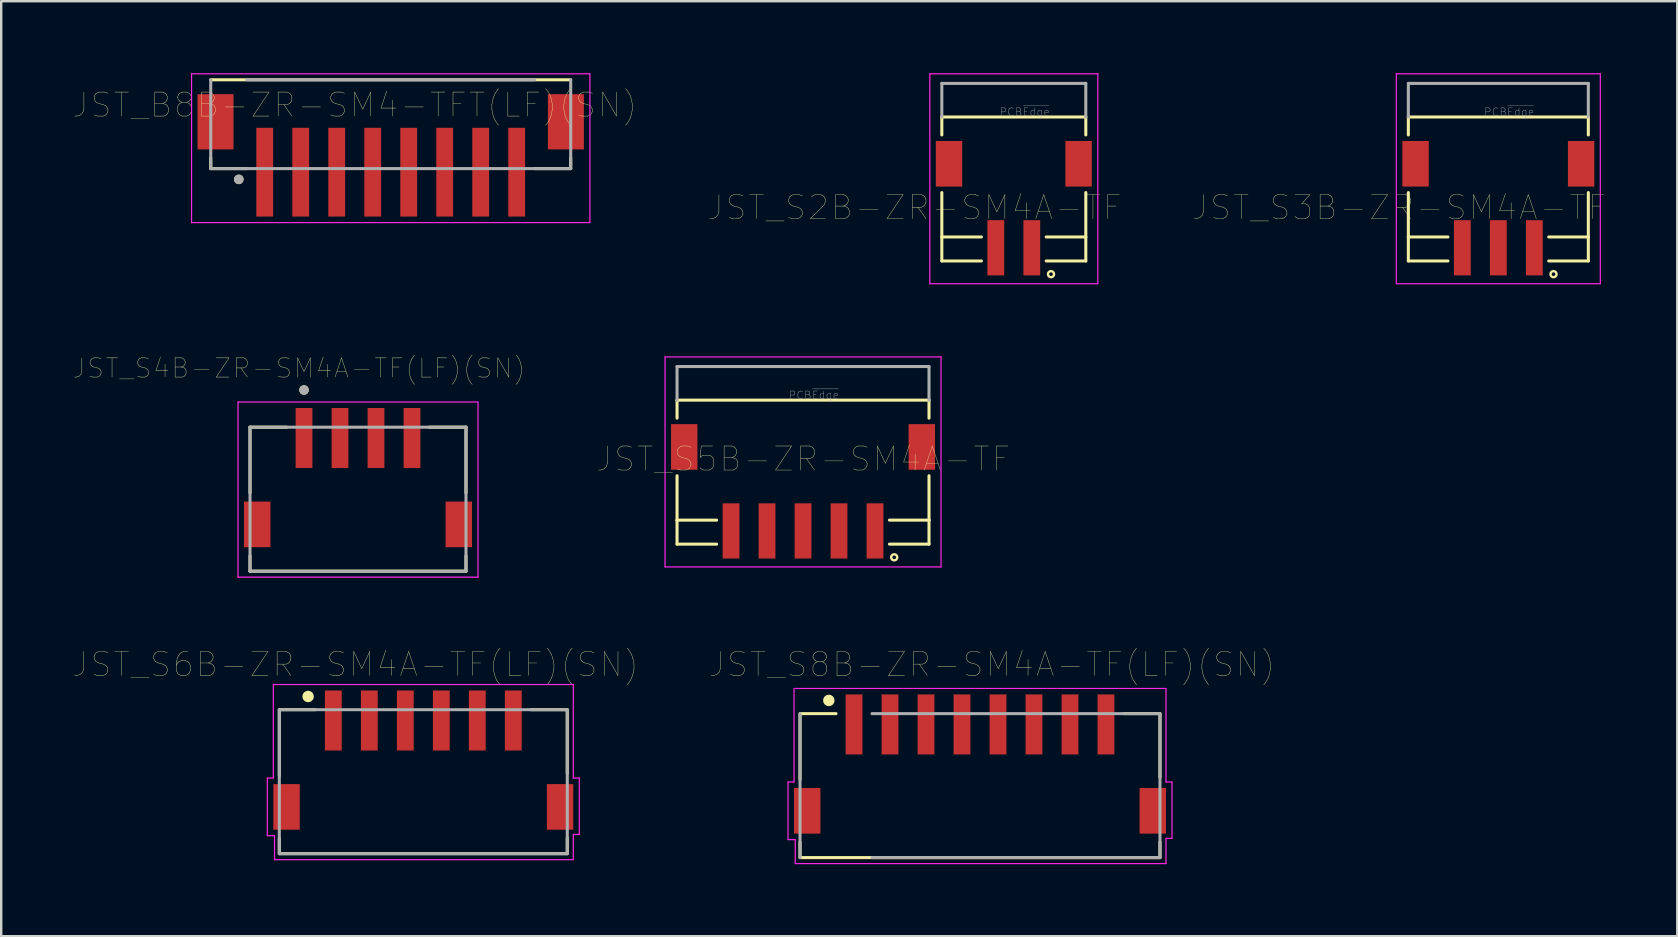
<source format=kicad_pcb>
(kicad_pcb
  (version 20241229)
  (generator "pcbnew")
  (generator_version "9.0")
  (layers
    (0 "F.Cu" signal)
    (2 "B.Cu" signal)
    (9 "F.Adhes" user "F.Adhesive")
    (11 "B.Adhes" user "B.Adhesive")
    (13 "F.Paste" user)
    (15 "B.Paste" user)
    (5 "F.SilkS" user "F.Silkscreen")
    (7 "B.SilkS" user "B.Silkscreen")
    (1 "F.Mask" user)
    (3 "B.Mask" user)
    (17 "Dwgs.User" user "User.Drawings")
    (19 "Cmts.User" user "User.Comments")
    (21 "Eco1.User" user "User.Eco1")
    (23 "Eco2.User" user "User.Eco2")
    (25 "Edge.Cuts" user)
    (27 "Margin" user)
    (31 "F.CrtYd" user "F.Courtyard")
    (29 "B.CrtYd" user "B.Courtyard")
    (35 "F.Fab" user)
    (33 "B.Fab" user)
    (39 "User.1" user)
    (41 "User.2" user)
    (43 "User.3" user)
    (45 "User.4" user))
  (footprint "JST_S6B-ZR-SM4A-TF(LF)(SN)"
    (layer "F.Cu")
    (at 14.59 26.975)
    (property "Reference" "JST_S6B-ZR-SM4A-TF(LF)(SN)" (at -2.827 -2.336 0) (layer "F.SilkS") (effects (font (size 1.001 1.001) (thickness 0.015))))
    (attr through_hole)
    (fp_line (start -6 -0.45) (end -4.5 -0.45) (stroke (width 0.127) (type solid)) (layer "F.SilkS"))
    (fp_line (start -6 -0.4) (end -6 2.3) (stroke (width 0.127) (type solid)) (layer "F.SilkS"))
    (fp_line (start -6 5.5) (end -6 4.9) (stroke (width 0.127) (type solid)) (layer "F.SilkS"))
    (fp_line (start 6 -0.45) (end 4.5 -0.45) (stroke (width 0.127) (type solid)) (layer "F.SilkS"))
    (fp_line (start 6 -0.4) (end 6 2.2) (stroke (width 0.127) (type solid)) (layer "F.SilkS"))
    (fp_line (start 6 5.5) (end 6 4.9) (stroke (width 0.127) (type solid)) (layer "F.SilkS"))
    (fp_line (start 6 5.55) (end -6 5.55) (stroke (width 0.127) (type solid)) (layer "F.SilkS"))
    (fp_circle (center -4.8 -1) (end -4.68 -1) (stroke (width 0.24) (type solid)) (fill no) (layer "F.SilkS"))
    (fp_line (start -6.5 2.4) (end -6.5 4.8) (stroke (width 0.05) (type solid)) (layer "F.CrtYd"))
    (fp_line (start -6.5 4.8) (end -6.3 4.8) (stroke (width 0.05) (type solid)) (layer "F.CrtYd"))
    (fp_line (start -6.3 4.8) (end -6.2 4.8) (stroke (width 0.05) (type solid)) (layer "F.CrtYd"))
    (fp_line (start -6.25 -1.5) (end -6.25 2.4) (stroke (width 0.05) (type solid)) (layer "F.CrtYd"))
    (fp_line (start -6.25 -1.5) (end 6.25 -1.5) (stroke (width 0.05) (type solid)) (layer "F.CrtYd"))
    (fp_line (start -6.25 2.4) (end -6.5 2.4) (stroke (width 0.05) (type solid)) (layer "F.CrtYd"))
    (fp_line (start -6.2 4.8) (end -6.2 5.8) (stroke (width 0.05) (type solid)) (layer "F.CrtYd"))
    (fp_line (start 6.25 -1.5) (end 6.25 2.4) (stroke (width 0.05) (type solid)) (layer "F.CrtYd"))
    (fp_line (start 6.25 2.4) (end 6.5 2.4) (stroke (width 0.05) (type solid)) (layer "F.CrtYd"))
    (fp_line (start 6.25 4.75) (end 6.25 5.8) (stroke (width 0.05) (type solid)) (layer "F.CrtYd"))
    (fp_line (start 6.25 5.8) (end -6.2 5.8) (stroke (width 0.05) (type solid)) (layer "F.CrtYd"))
    (fp_line (start 6.5 2.4) (end 6.5 4.75) (stroke (width 0.05) (type solid)) (layer "F.CrtYd"))
    (fp_line (start 6.5 4.75) (end 6.25 4.75) (stroke (width 0.05) (type solid)) (layer "F.CrtYd"))
    (fp_line (start -6 -0.45) (end 6 -0.45) (stroke (width 0.127) (type solid)) (layer "F.Fab"))
    (fp_line (start -6 5.55) (end -6 -0.45) (stroke (width 0.127) (type solid)) (layer "F.Fab"))
    (fp_line (start 6 -0.45) (end 6 5.55) (stroke (width 0.127) (type solid)) (layer "F.Fab"))
    (fp_line (start 6 5.55) (end -6 5.55) (stroke (width 0.127) (type solid)) (layer "F.Fab"))
    (pad "1" smd rect (at -3.75 0) (size 0.7 2.5) (layers "F.Cu" "F.Mask" "F.Paste"))
    (pad "2" smd rect (at -2.25 0) (size 0.7 2.5) (layers "F.Cu" "F.Mask" "F.Paste"))
    (pad "3" smd rect (at -0.75 0) (size 0.7 2.5) (layers "F.Cu" "F.Mask" "F.Paste"))
    (pad "4" smd rect (at 0.75 0) (size 0.7 2.5) (layers "F.Cu" "F.Mask" "F.Paste"))
    (pad "5" smd rect (at 2.25 0) (size 0.7 2.5) (layers "F.Cu" "F.Mask" "F.Paste"))
    (pad "6" smd rect (at 3.75 0) (size 0.7 2.5) (layers "F.Cu" "F.Mask" "F.Paste"))
    (pad "SH1" smd rect (at -5.7 3.6) (size 1.1 1.9) (layers "F.Cu" "F.Mask" "F.Paste"))
    (pad "SH2" smd rect (at 5.7 3.6) (size 1.1 1.9) (layers "F.Cu" "F.Mask" "F.Paste")))
  (footprint "JST_S8B-ZR-SM4A-TF(LF)(SN)"
    (layer "F.Cu")
    (at 37.789 27.139)
    (property "Reference" "JST_S8B-ZR-SM4A-TF(LF)(SN)" (at 0.5 -2.5 0) (layer "F.SilkS") (effects (font (size 1.001 1.001) (thickness 0.015))))
    (attr through_hole)
    (fp_line (start -7.5 -0.45) (end -6 -0.45) (stroke (width 0.127) (type solid)) (layer "F.SilkS"))
    (fp_line (start -7.5 -0.4) (end -7.5 2.3) (stroke (width 0.127) (type solid)) (layer "F.SilkS"))
    (fp_line (start -7.5 5.5) (end -7.5 4.9) (stroke (width 0.127) (type solid)) (layer "F.SilkS"))
    (fp_line (start 7.5 -0.45) (end 6 -0.45) (stroke (width 0.127) (type solid)) (layer "F.SilkS"))
    (fp_line (start 7.5 -0.4) (end 7.5 2.2) (stroke (width 0.127) (type solid)) (layer "F.SilkS"))
    (fp_line (start 7.5 5.5) (end 7.5 4.9) (stroke (width 0.127) (type solid)) (layer "F.SilkS"))
    (fp_line (start 7.5 5.55) (end -7.5 5.55) (stroke (width 0.127) (type solid)) (layer "F.SilkS"))
    (fp_circle (center -6.3 -1) (end -6.18 -1) (stroke (width 0.24) (type solid)) (fill no) (layer "F.SilkS"))
    (fp_line (start -8 2.4) (end -8 4.8) (stroke (width 0.05) (type solid)) (layer "F.CrtYd"))
    (fp_line (start -8 4.8) (end -7.8 4.8) (stroke (width 0.05) (type solid)) (layer "F.CrtYd"))
    (fp_line (start -7.8 4.8) (end -7.7 4.8) (stroke (width 0.05) (type solid)) (layer "F.CrtYd"))
    (fp_line (start -7.75 -1.5) (end -7.75 2.4) (stroke (width 0.05) (type solid)) (layer "F.CrtYd"))
    (fp_line (start -7.75 2.4) (end -8 2.4) (stroke (width 0.05) (type solid)) (layer "F.CrtYd"))
    (fp_line (start -7.7 -1.5) (end 7.75 -1.5) (stroke (width 0.05) (type solid)) (layer "F.CrtYd"))
    (fp_line (start -7.7 4.8) (end -7.7 5.8) (stroke (width 0.05) (type solid)) (layer "F.CrtYd"))
    (fp_line (start 7.75 -1.5) (end 7.75 2.4) (stroke (width 0.05) (type solid)) (layer "F.CrtYd"))
    (fp_line (start 7.75 2.4) (end 8 2.4) (stroke (width 0.05) (type solid)) (layer "F.CrtYd"))
    (fp_line (start 7.75 4.75) (end 7.75 5.8) (stroke (width 0.05) (type solid)) (layer "F.CrtYd"))
    (fp_line (start 7.75 5.8) (end -7.7 5.8) (stroke (width 0.05) (type solid)) (layer "F.CrtYd"))
    (fp_line (start 8 2.4) (end 8 4.75) (stroke (width 0.05) (type solid)) (layer "F.CrtYd"))
    (fp_line (start 8 4.75) (end 7.75 4.75) (stroke (width 0.05) (type solid)) (layer "F.CrtYd"))
    (fp_line (start -7.5 5.55) (end -7.5 -0.45) (stroke (width 0.127) (type solid)) (layer "F.Fab"))
    (fp_line (start -4.5 -0.45) (end 7.5 -0.45) (stroke (width 0.127) (type solid)) (layer "F.Fab"))
    (fp_line (start 7.5 -0.45) (end 7.5 5.55) (stroke (width 0.127) (type solid)) (layer "F.Fab"))
    (fp_line (start 7.5 5.55) (end -4.5 5.55) (stroke (width 0.127) (type solid)) (layer "F.Fab"))
    (pad "1" smd rect (at -5.25 0) (size 0.7 2.5) (layers "F.Cu" "F.Mask" "F.Paste"))
    (pad "2" smd rect (at -3.75 0) (size 0.7 2.5) (layers "F.Cu" "F.Mask" "F.Paste"))
    (pad "3" smd rect (at -2.25 0) (size 0.7 2.5) (layers "F.Cu" "F.Mask" "F.Paste"))
    (pad "4" smd rect (at -0.75 0) (size 0.7 2.5) (layers "F.Cu" "F.Mask" "F.Paste"))
    (pad "5" smd rect (at 0.75 0) (size 0.7 2.5) (layers "F.Cu" "F.Mask" "F.Paste"))
    (pad "6" smd rect (at 2.25 0) (size 0.7 2.5) (layers "F.Cu" "F.Mask" "F.Paste"))
    (pad "7" smd rect (at 3.75 0) (size 0.7 2.5) (layers "F.Cu" "F.Mask" "F.Paste"))
    (pad "8" smd rect (at 5.25 0) (size 0.7 2.5) (layers "F.Cu" "F.Mask" "F.Paste"))
    (pad "SH1" smd rect (at -7.2 3.6) (size 1.1 1.9) (layers "F.Cu" "F.Mask" "F.Paste"))
    (pad "SH2" smd rect (at 7.2 3.6) (size 1.1 1.9) (layers "F.Cu" "F.Mask" "F.Paste")))
  (footprint "JST_S5B-ZR-SM4A-TF"
    (layer "F.Cu")
    (at 30.414 19.075)
    (property "Reference" "JST_S5B-ZR-SM4A-TF" (at 0 -3 180) (layer "F.SilkS") (effects (font (size 1.001 1.001) (thickness 0.015))))
    (attr through_hole)
    (fp_line (start -5.25 -5.45) (end 5.25 -5.45) (stroke (width 0.127) (type solid)) (layer "F.SilkS"))
    (fp_line (start -5.25 -4.7) (end -5.25 -5.45) (stroke (width 0.127) (type solid)) (layer "F.SilkS"))
    (fp_line (start -5.25 -0.45) (end -5.25 -2.3) (stroke (width 0.127) (type solid)) (layer "F.SilkS"))
    (fp_line (start -5.25 -0.45) (end -3.6 -0.45) (stroke (width 0.127) (type solid)) (layer "F.SilkS"))
    (fp_line (start -5.25 0.55) (end -5.25 -0.45) (stroke (width 0.127) (type solid)) (layer "F.SilkS"))
    (fp_line (start -3.6 0.55) (end -5.25 0.55) (stroke (width 0.127) (type solid)) (layer "F.SilkS"))
    (fp_line (start 3.6 -0.45) (end 5.25 -0.45) (stroke (width 0.127) (type solid)) (layer "F.SilkS"))
    (fp_line (start 5.25 -5.45) (end 5.25 -4.7) (stroke (width 0.127) (type solid)) (layer "F.SilkS"))
    (fp_line (start 5.25 -2.3) (end 5.25 -0.45) (stroke (width 0.127) (type solid)) (layer "F.SilkS"))
    (fp_line (start 5.25 -0.45) (end 5.25 0.55) (stroke (width 0.127) (type solid)) (layer "F.SilkS"))
    (fp_line (start 5.25 0.55) (end 3.6 0.55) (stroke (width 0.127) (type solid)) (layer "F.SilkS"))
    (fp_circle (center 3.8 1.1) (end 3.927 1.1) (stroke (width 0.1) (type solid)) (fill no) (layer "F.SilkS"))
    (fp_line (start -5.75 -7.25) (end -5.75 1.5) (stroke (width 0.05) (type solid)) (layer "F.CrtYd"))
    (fp_line (start -5.75 1.5) (end 5.75 1.5) (stroke (width 0.05) (type solid)) (layer "F.CrtYd"))
    (fp_line (start 5.75 -7.25) (end -5.75 -7.25) (stroke (width 0.05) (type solid)) (layer "F.CrtYd"))
    (fp_line (start 5.75 1.5) (end 5.75 -7.25) (stroke (width 0.05) (type solid)) (layer "F.CrtYd"))
    (fp_line (start -5.25 -6.85) (end -5.25 -5.45) (stroke (width 0.127) (type solid)) (layer "F.Fab"))
    (fp_line (start -5.25 -6.85) (end 5.25 -6.85) (stroke (width 0.127) (type solid)) (layer "F.Fab"))
    (fp_line (start 5.25 -6.85) (end 5.25 -5.45) (stroke (width 0.127) (type solid)) (layer "F.Fab"))
    (fp_text user "PCB~{Edge}" (at 0.451 -5.658 0) (layer "F.Fab") (effects (font (size 0.32 0.32) (thickness 0.015))))
    (pad "1" smd rect (at 3 0) (size 0.7 2.3) (layers "F.Cu" "F.Mask" "F.Paste"))
    (pad "2" smd rect (at 1.5 0) (size 0.7 2.3) (layers "F.Cu" "F.Mask" "F.Paste"))
    (pad "3" smd rect (at 0 0) (size 0.7 2.3) (layers "F.Cu" "F.Mask" "F.Paste"))
    (pad "4" smd rect (at -1.5 0) (size 0.7 2.3) (layers "F.Cu" "F.Mask" "F.Paste"))
    (pad "5" smd rect (at -3 0) (size 0.7 2.3) (layers "F.Cu" "F.Mask" "F.Paste"))
    (pad "P1" smd rect (at 4.95 -3.5) (size 1.1 1.9) (layers "F.Cu" "F.Mask" "F.Paste"))
    (pad "P2" smd rect (at -4.95 -3.5) (size 1.1 1.9) (layers "F.Cu" "F.Mask" "F.Paste")))
  (footprint "JST_S2B-ZR-SM4A-TF"
    (layer "F.Cu")
    (at 39.198 7.275)
    (property "Reference" "JST_S2B-ZR-SM4A-TF" (at -4.138 -1.676 180) (layer "F.SilkS") (effects (font (size 1.001 1.001) (thickness 0.015))))
    (attr through_hole)
    (fp_line (start -3 -5.45) (end 3 -5.45) (stroke (width 0.127) (type solid)) (layer "F.SilkS"))
    (fp_line (start -3 -4.7) (end -3 -5.45) (stroke (width 0.127) (type solid)) (layer "F.SilkS"))
    (fp_line (start -3 -0.45) (end -3 -2.3) (stroke (width 0.127) (type solid)) (layer "F.SilkS"))
    (fp_line (start -3 -0.45) (end -1.35 -0.45) (stroke (width 0.127) (type solid)) (layer "F.SilkS"))
    (fp_line (start -3 0.55) (end -3 -0.45) (stroke (width 0.127) (type solid)) (layer "F.SilkS"))
    (fp_line (start -1.35 0.55) (end -3 0.55) (stroke (width 0.127) (type solid)) (layer "F.SilkS"))
    (fp_line (start 1.35 -0.45) (end 3 -0.45) (stroke (width 0.127) (type solid)) (layer "F.SilkS"))
    (fp_line (start 3 -5.45) (end 3 -4.7) (stroke (width 0.127) (type solid)) (layer "F.SilkS"))
    (fp_line (start 3 -2.3) (end 3 -0.45) (stroke (width 0.127) (type solid)) (layer "F.SilkS"))
    (fp_line (start 3 -0.45) (end 3 0.55) (stroke (width 0.127) (type solid)) (layer "F.SilkS"))
    (fp_line (start 3 0.55) (end 1.35 0.55) (stroke (width 0.127) (type solid)) (layer "F.SilkS"))
    (fp_circle (center 1.55 1.1) (end 1.677 1.1) (stroke (width 0.1) (type solid)) (fill no) (layer "F.SilkS"))
    (fp_line (start -3.5 -7.25) (end -3.5 1.5) (stroke (width 0.05) (type solid)) (layer "F.CrtYd"))
    (fp_line (start -3.5 1.5) (end 3.5 1.5) (stroke (width 0.05) (type solid)) (layer "F.CrtYd"))
    (fp_line (start 3.5 -7.25) (end -3.5 -7.25) (stroke (width 0.05) (type solid)) (layer "F.CrtYd"))
    (fp_line (start 3.5 1.5) (end 3.5 -7.25) (stroke (width 0.05) (type solid)) (layer "F.CrtYd"))
    (fp_line (start -3 -6.85) (end -3 -5.45) (stroke (width 0.127) (type solid)) (layer "F.Fab"))
    (fp_line (start -3 -6.85) (end 3 -6.85) (stroke (width 0.127) (type solid)) (layer "F.Fab"))
    (fp_line (start 3 -6.85) (end 3 -5.45) (stroke (width 0.127) (type solid)) (layer "F.Fab"))
    (fp_text user "PCB~{Edge}" (at 0.451 -5.658 0) (layer "F.Fab") (effects (font (size 0.32 0.32) (thickness 0.015))))
    (pad "1" smd rect (at 0.75 0) (size 0.7 2.3) (layers "F.Cu" "F.Mask" "F.Paste"))
    (pad "2" smd rect (at -0.75 0) (size 0.7 2.3) (layers "F.Cu" "F.Mask" "F.Paste"))
    (pad "P1" smd rect (at 2.7 -3.5) (size 1.1 1.9) (layers "F.Cu" "F.Mask" "F.Paste"))
    (pad "P2" smd rect (at -2.7 -3.5) (size 1.1 1.9) (layers "F.Cu" "F.Mask" "F.Paste")))
  (footprint "JST_S3B-ZR-SM4A-TF"
    (layer "F.Cu")
    (at 59.389 7.275)
    (property "Reference" "JST_S3B-ZR-SM4A-TF" (at -4.138 -1.676 180) (layer "F.SilkS") (effects (font (size 1.001 1.001) (thickness 0.015))))
    (attr through_hole)
    (fp_line (start -3.75 -5.45) (end 3.75 -5.45) (stroke (width 0.127) (type solid)) (layer "F.SilkS"))
    (fp_line (start -3.75 -4.7) (end -3.75 -5.45) (stroke (width 0.127) (type solid)) (layer "F.SilkS"))
    (fp_line (start -3.75 -0.45) (end -3.75 -2.3) (stroke (width 0.127) (type solid)) (layer "F.SilkS"))
    (fp_line (start -3.75 -0.45) (end -2.1 -0.45) (stroke (width 0.127) (type solid)) (layer "F.SilkS"))
    (fp_line (start -3.75 0.55) (end -3.75 -0.45) (stroke (width 0.127) (type solid)) (layer "F.SilkS"))
    (fp_line (start -2.1 0.55) (end -3.75 0.55) (stroke (width 0.127) (type solid)) (layer "F.SilkS"))
    (fp_line (start 2.1 -0.45) (end 3.75 -0.45) (stroke (width 0.127) (type solid)) (layer "F.SilkS"))
    (fp_line (start 3.75 -5.45) (end 3.75 -4.7) (stroke (width 0.127) (type solid)) (layer "F.SilkS"))
    (fp_line (start 3.75 -2.3) (end 3.75 -0.45) (stroke (width 0.127) (type solid)) (layer "F.SilkS"))
    (fp_line (start 3.75 -0.45) (end 3.75 0.55) (stroke (width 0.127) (type solid)) (layer "F.SilkS"))
    (fp_line (start 3.75 0.55) (end 2.1 0.55) (stroke (width 0.127) (type solid)) (layer "F.SilkS"))
    (fp_circle (center 2.3 1.1) (end 2.427 1.1) (stroke (width 0.1) (type solid)) (fill no) (layer "F.SilkS"))
    (fp_line (start -4.25 -7.25) (end -4.25 1.5) (stroke (width 0.05) (type solid)) (layer "F.CrtYd"))
    (fp_line (start -4.25 1.5) (end 4.25 1.5) (stroke (width 0.05) (type solid)) (layer "F.CrtYd"))
    (fp_line (start 4.25 -7.25) (end -4.25 -7.25) (stroke (width 0.05) (type solid)) (layer "F.CrtYd"))
    (fp_line (start 4.25 1.5) (end 4.25 -7.25) (stroke (width 0.05) (type solid)) (layer "F.CrtYd"))
    (fp_line (start -3.75 -6.85) (end -3.75 -5.45) (stroke (width 0.127) (type solid)) (layer "F.Fab"))
    (fp_line (start -3.75 -6.85) (end 3.75 -6.85) (stroke (width 0.127) (type solid)) (layer "F.Fab"))
    (fp_line (start 3.75 -6.85) (end 3.75 -5.45) (stroke (width 0.127) (type solid)) (layer "F.Fab"))
    (fp_text user "PCB~{Edge}" (at 0.451 -5.658 0) (layer "F.Fab") (effects (font (size 0.32 0.32) (thickness 0.015))))
    (pad "1" smd rect (at 1.5 0) (size 0.7 2.3) (layers "F.Cu" "F.Mask" "F.Paste"))
    (pad "2" smd rect (at 0 0) (size 0.7 2.3) (layers "F.Cu" "F.Mask" "F.Paste"))
    (pad "3" smd rect (at -1.5 0) (size 0.7 2.3) (layers "F.Cu" "F.Mask" "F.Paste"))
    (pad "P1" smd rect (at 3.45 -3.5) (size 1.1 1.9) (layers "F.Cu" "F.Mask" "F.Paste"))
    (pad "P2" smd rect (at -3.45 -3.5) (size 1.1 1.9) (layers "F.Cu" "F.Mask" "F.Paste")))
  (footprint "JST_B8B-ZR-SM4-TFT(LF)(SN)"
    (layer "F.Cu")
    (at 13.232 2.125)
    (property "Reference" "JST_B8B-ZR-SM4-TFT(LF)(SN)" (at -1.5 -0.8 0) (layer "F.SilkS") (effects (font (size 1 1) (thickness 0.015))))
    (attr through_hole)
    (fp_line (start -7.5 -1.85) (end 7.5 -1.85) (stroke (width 0.127) (type solid)) (layer "F.SilkS"))
    (fp_line (start -7.5 1.4) (end -7.5 1.85) (stroke (width 0.127) (type solid)) (layer "F.SilkS"))
    (fp_line (start -7.5 1.85) (end -6 1.85) (stroke (width 0.127) (type solid)) (layer "F.SilkS"))
    (fp_line (start 7.5 1.4) (end 7.5 1.85) (stroke (width 0.127) (type solid)) (layer "F.SilkS"))
    (fp_line (start 7.5 1.85) (end 6 1.85) (stroke (width 0.127) (type solid)) (layer "F.SilkS"))
    (fp_circle (center -6.331 2.3) (end -6.231 2.3) (stroke (width 0.2) (type solid)) (fill no) (layer "F.SilkS"))
    (fp_line (start -8.3 -2.1) (end 8.3 -2.1) (stroke (width 0.05) (type solid)) (layer "F.CrtYd"))
    (fp_line (start -8.3 4.1) (end -8.3 -2.1) (stroke (width 0.05) (type solid)) (layer "F.CrtYd"))
    (fp_line (start 8.3 -2.1) (end 8.3 4.1) (stroke (width 0.05) (type solid)) (layer "F.CrtYd"))
    (fp_line (start 8.3 4.1) (end -8.3 4.1) (stroke (width 0.05) (type solid)) (layer "F.CrtYd"))
    (fp_line (start -7.5 1.85) (end -7.5 -1.85) (stroke (width 0.127) (type solid)) (layer "F.Fab"))
    (fp_line (start -6 -1.85) (end 6 -1.85) (stroke (width 0.127) (type solid)) (layer "F.Fab"))
    (fp_line (start 7.5 -1.85) (end 7.5 1.85) (stroke (width 0.127) (type solid)) (layer "F.Fab"))
    (fp_line (start 7.5 1.85) (end -7.5 1.85) (stroke (width 0.127) (type solid)) (layer "F.Fab"))
    (fp_circle (center -6.331 2.3) (end -6.231 2.3) (stroke (width 0.2) (type solid)) (fill no) (layer "F.Fab"))
    (pad "1" smd rect (at -5.25 2) (size 0.7 3.7) (layers "F.Cu" "F.Mask" "F.Paste"))
    (pad "2" smd rect (at -3.75 2) (size 0.7 3.7) (layers "F.Cu" "F.Mask" "F.Paste"))
    (pad "3" smd rect (at -2.25 2) (size 0.7 3.7) (layers "F.Cu" "F.Mask" "F.Paste"))
    (pad "4" smd rect (at -0.75 2) (size 0.7 3.7) (layers "F.Cu" "F.Mask" "F.Paste"))
    (pad "5" smd rect (at 0.75 2) (size 0.7 3.7) (layers "F.Cu" "F.Mask" "F.Paste"))
    (pad "6" smd rect (at 2.25 2) (size 0.7 3.7) (layers "F.Cu" "F.Mask" "F.Paste"))
    (pad "7" smd rect (at 3.75 2) (size 0.7 3.7) (layers "F.Cu" "F.Mask" "F.Paste"))
    (pad "8" smd rect (at 5.25 2) (size 0.7 3.7) (layers "F.Cu" "F.Mask" "F.Paste"))
    (pad "S1" smd rect (at 7.3 -0.1) (size 1.5 2.3) (layers "F.Cu" "F.Mask" "F.Paste"))
    (pad "S2" smd rect (at -7.3 -0.1) (size 1.5 2.3) (layers "F.Cu" "F.Mask" "F.Paste")))
  (footprint "JST_S4B-ZR-SM4A-TF(LF)(SN)"
    (layer "F.Cu")
    (at 11.869 15.202)
    (property "Reference" "JST_S4B-ZR-SM4A-TF(LF)(SN)" (at -2.46 -2.908 0) (layer "F.SilkS") (effects (font (size 0.8 0.8) (thickness 0.015))))
    (attr through_hole)
    (fp_line (start -4.5 -0.45) (end -4.5 2.29) (stroke (width 0.127) (type solid)) (layer "F.SilkS"))
    (fp_line (start -4.5 4.91) (end -4.5 5.55) (stroke (width 0.127) (type solid)) (layer "F.SilkS"))
    (fp_line (start -4.5 5.55) (end 4.5 5.55) (stroke (width 0.127) (type solid)) (layer "F.SilkS"))
    (fp_line (start -2.97 -0.45) (end -4.5 -0.45) (stroke (width 0.127) (type solid)) (layer "F.SilkS"))
    (fp_line (start 2.97 -0.45) (end 4.5 -0.45) (stroke (width 0.127) (type solid)) (layer "F.SilkS"))
    (fp_line (start 4.5 -0.45) (end 4.5 2.29) (stroke (width 0.127) (type solid)) (layer "F.SilkS"))
    (fp_line (start 4.5 5.55) (end 4.5 4.91) (stroke (width 0.127) (type solid)) (layer "F.SilkS"))
    (fp_circle (center -2.25 -2) (end -2.15 -2) (stroke (width 0.2) (type solid)) (fill no) (layer "F.SilkS"))
    (fp_line (start -5 -1.5) (end 5 -1.5) (stroke (width 0.05) (type solid)) (layer "F.CrtYd"))
    (fp_line (start -5 5.8) (end -5 -1.5) (stroke (width 0.05) (type solid)) (layer "F.CrtYd"))
    (fp_line (start 5 -1.5) (end 5 5.8) (stroke (width 0.05) (type solid)) (layer "F.CrtYd"))
    (fp_line (start 5 5.8) (end -5 5.8) (stroke (width 0.05) (type solid)) (layer "F.CrtYd"))
    (fp_line (start -4.5 -0.45) (end 4.5 -0.45) (stroke (width 0.127) (type solid)) (layer "F.Fab"))
    (fp_line (start -4.5 5.55) (end -4.5 -0.45) (stroke (width 0.127) (type solid)) (layer "F.Fab"))
    (fp_line (start 4.5 -0.45) (end 4.5 5.55) (stroke (width 0.127) (type solid)) (layer "F.Fab"))
    (fp_line (start 4.5 5.55) (end -4.5 5.55) (stroke (width 0.127) (type solid)) (layer "F.Fab"))
    (fp_circle (center -2.25 -2) (end -2.15 -2) (stroke (width 0.2) (type solid)) (fill no) (layer "F.Fab"))
    (pad "1" smd rect (at -2.25 0) (size 0.7 2.5) (layers "F.Cu" "F.Mask" "F.Paste"))
    (pad "2" smd rect (at -0.75 0) (size 0.7 2.5) (layers "F.Cu" "F.Mask" "F.Paste"))
    (pad "3" smd rect (at 0.75 0) (size 0.7 2.5) (layers "F.Cu" "F.Mask" "F.Paste"))
    (pad "4" smd rect (at 2.25 0) (size 0.7 2.5) (layers "F.Cu" "F.Mask" "F.Paste"))
    (pad "S1" smd rect (at -4.2 3.6) (size 1.1 1.9) (layers "F.Cu" "F.Mask" "F.Paste"))
    (pad "S2" smd rect (at 4.2 3.6) (size 1.1 1.9) (layers "F.Cu" "F.Mask" "F.Paste")))
  (gr_rect
    (start -3 -3)
    (end 66.846 35.964)
    (stroke (width 0.1) (type default))
    (fill no)
    (layer "Edge.Cuts")))
</source>
